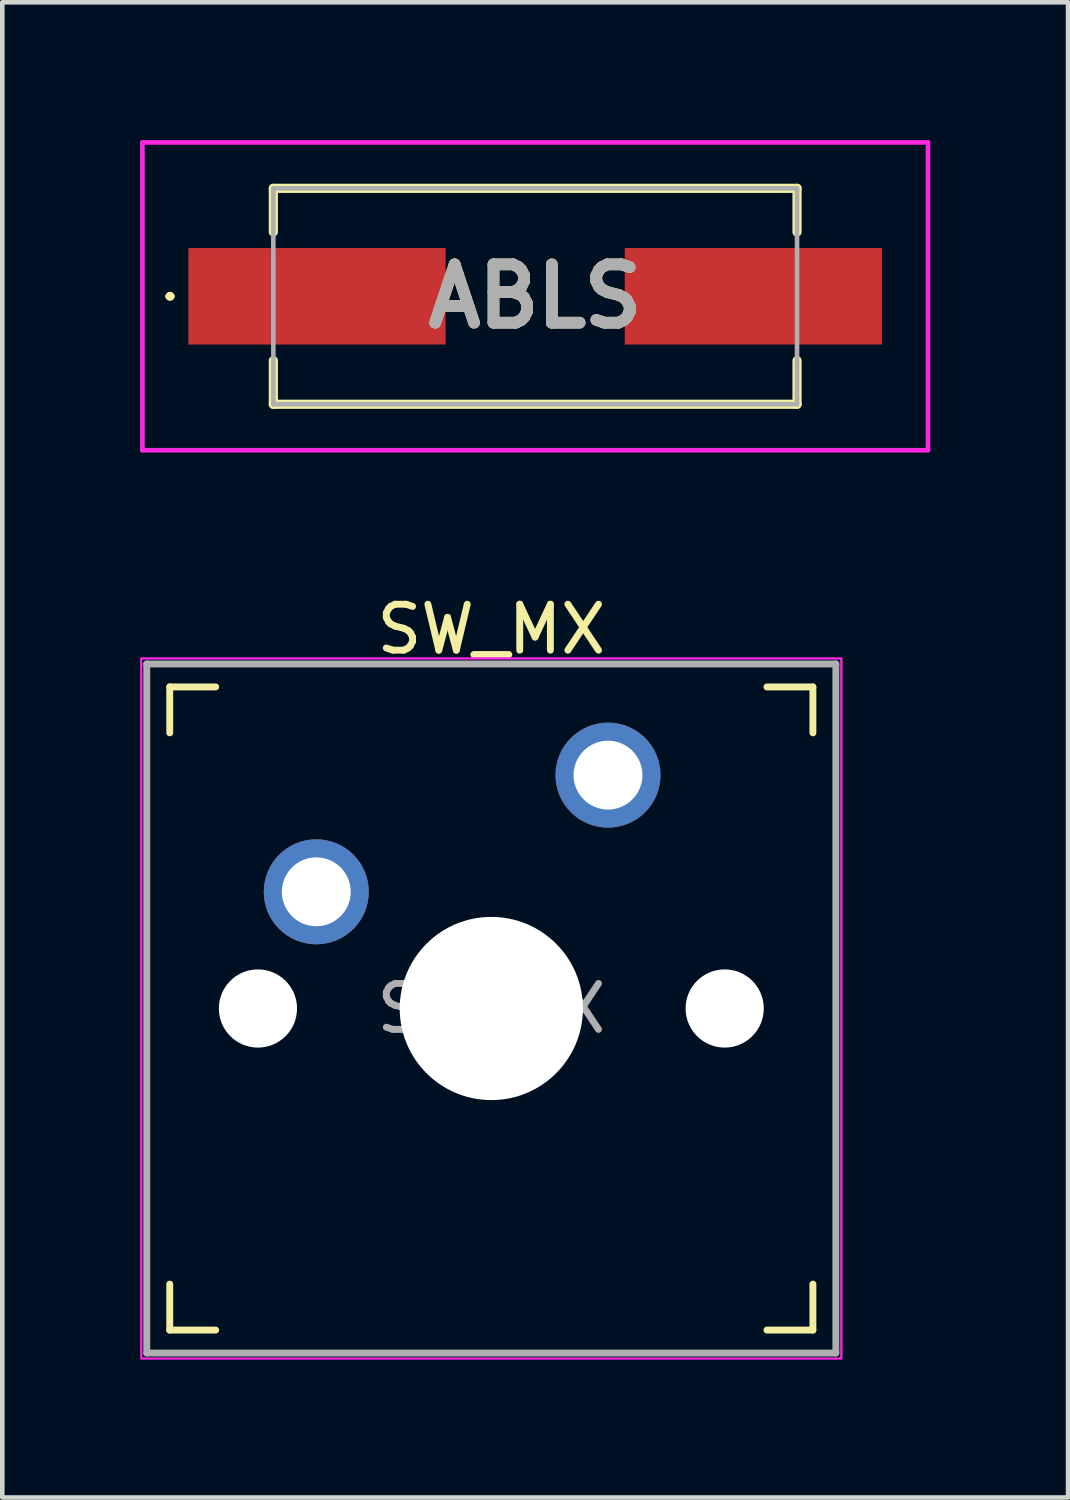
<source format=kicad_pcb>
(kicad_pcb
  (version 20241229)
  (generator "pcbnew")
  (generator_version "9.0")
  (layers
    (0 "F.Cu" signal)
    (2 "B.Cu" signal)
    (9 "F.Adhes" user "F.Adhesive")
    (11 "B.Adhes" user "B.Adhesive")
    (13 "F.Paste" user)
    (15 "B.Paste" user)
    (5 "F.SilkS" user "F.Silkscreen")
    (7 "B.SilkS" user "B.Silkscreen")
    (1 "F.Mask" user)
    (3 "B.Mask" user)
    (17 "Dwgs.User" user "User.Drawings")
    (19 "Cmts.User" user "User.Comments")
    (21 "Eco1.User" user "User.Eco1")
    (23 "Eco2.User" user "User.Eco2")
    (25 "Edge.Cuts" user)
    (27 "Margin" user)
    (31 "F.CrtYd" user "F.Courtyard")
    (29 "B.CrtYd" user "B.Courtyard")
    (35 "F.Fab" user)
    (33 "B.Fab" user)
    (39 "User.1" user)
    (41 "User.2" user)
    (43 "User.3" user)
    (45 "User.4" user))
  (footprint "SW_MX"
    (layer "F.Cu")
    (at 7.645 18.903)
    (property "Reference" "SW_MX" (at 0 -8.255 0) (layer "F.SilkS") (effects (font (size 1 1) (thickness 0.15))))
    (attr through_hole)
    (fp_line (start -7 -6) (end -7 -7) (stroke (width 0.15) (type solid)) (layer "F.SilkS"))
    (fp_line (start -7 7) (end -7 6) (stroke (width 0.15) (type solid)) (layer "F.SilkS"))
    (fp_line (start -7 7) (end -6 7) (stroke (width 0.15) (type solid)) (layer "F.SilkS"))
    (fp_line (start -6 -7) (end -7 -7) (stroke (width 0.15) (type solid)) (layer "F.SilkS"))
    (fp_line (start 6 7) (end 7 7) (stroke (width 0.15) (type solid)) (layer "F.SilkS"))
    (fp_line (start 7 -7) (end 6 -7) (stroke (width 0.15) (type solid)) (layer "F.SilkS"))
    (fp_line (start 7 -7) (end 7 -6) (stroke (width 0.15) (type solid)) (layer "F.SilkS"))
    (fp_line (start 7 6) (end 7 7) (stroke (width 0.15) (type solid)) (layer "F.SilkS"))
    (fp_line (start -6.9 6.9) (end -6.9 -6.9) (stroke (width 0.15) (type solid)) (layer "Eco2.User"))
    (fp_line (start -6.9 6.9) (end 6.9 6.9) (stroke (width 0.15) (type solid)) (layer "Eco2.User"))
    (fp_line (start 6.9 -6.9) (end -6.9 -6.9) (stroke (width 0.15) (type solid)) (layer "Eco2.User"))
    (fp_line (start 6.9 -6.9) (end 6.9 6.9) (stroke (width 0.15) (type solid)) (layer "Eco2.User"))
    (fp_rect (start -7.62 -7.62) (end 7.62 7.62) (stroke (width 0.05) (type default)) (fill no) (layer "F.CrtYd"))
    (fp_line (start -7.5 -7.5) (end 7.5 -7.5) (stroke (width 0.15) (type solid)) (layer "F.Fab"))
    (fp_line (start -7.5 7.5) (end -7.5 -7.5) (stroke (width 0.15) (type solid)) (layer "F.Fab"))
    (fp_line (start 7.5 -7.5) (end 7.5 7.5) (stroke (width 0.15) (type solid)) (layer "F.Fab"))
    (fp_line (start 7.5 7.5) (end -7.5 7.5) (stroke (width 0.15) (type solid)) (layer "F.Fab"))
    (fp_text user "${REFERENCE}" (at 0 0 0) (layer "F.Fab") (effects (font (size 1 1) (thickness 0.15))))
    (pad "" np_thru_hole circle (at -5.08 0) (size 1.702 1.702) (drill 1.702) (layers "*.Cu" "*.Mask"))
    (pad "" np_thru_hole circle (at 0 0) (size 3.988 3.988) (drill 3.988) (layers "*.Cu" "*.Mask"))
    (pad "" np_thru_hole circle (at 5.08 0) (size 1.702 1.702) (drill 1.702) (layers "*.Cu" "*.Mask"))
    (pad "1" thru_hole circle (at 2.54 -5.08) (size 2.286 2.286) (drill 1.499) (layers "*.Cu" "*.Mask"))
    (pad "2" thru_hole circle (at -3.81 -2.54) (size 2.286 2.286) (drill 1.499) (layers "*.Cu" "*.Mask")))
  (footprint "ABLS"
    (layer "F.Cu")
    (at 8.6 3.4)
    (property "Reference" "ABLS" (at 0 0 0) (layer "F.SilkS") (effects (font (size 1.27 1.27) (thickness 0.254))))
    (attr smd)
    (fp_line (start -8 0) (end -8 0) (stroke (width 0.1) (type solid)) (layer "F.SilkS"))
    (fp_line (start -7.9 0) (end -7.9 0) (stroke (width 0.1) (type solid)) (layer "F.SilkS"))
    (fp_line (start -5.7 -2.35) (end 5.7 -2.35) (stroke (width 0.2) (type solid)) (layer "F.SilkS"))
    (fp_line (start -5.7 -1.4) (end -5.7 -2.35) (stroke (width 0.2) (type solid)) (layer "F.SilkS"))
    (fp_line (start -5.7 2.35) (end -5.7 1.4) (stroke (width 0.2) (type solid)) (layer "F.SilkS"))
    (fp_line (start 5.7 -2.35) (end 5.7 -1.4) (stroke (width 0.2) (type solid)) (layer "F.SilkS"))
    (fp_line (start 5.7 1.4) (end 5.7 2.35) (stroke (width 0.2) (type solid)) (layer "F.SilkS"))
    (fp_line (start 5.7 2.35) (end -5.7 2.35) (stroke (width 0.2) (type solid)) (layer "F.SilkS"))
    (fp_arc (start -8 0) (mid -7.95 -0.05) (end -7.9 0) (stroke (width 0.1) (type solid)) (layer "F.SilkS"))
    (fp_arc (start -7.9 0) (mid -7.95 0.05) (end -8 0) (stroke (width 0.1) (type solid)) (layer "F.SilkS"))
    (fp_line (start -8.55 -3.35) (end 8.55 -3.35) (stroke (width 0.1) (type solid)) (layer "F.CrtYd"))
    (fp_line (start -8.55 3.35) (end -8.55 -3.35) (stroke (width 0.1) (type solid)) (layer "F.CrtYd"))
    (fp_line (start 8.55 -3.35) (end 8.55 3.35) (stroke (width 0.1) (type solid)) (layer "F.CrtYd"))
    (fp_line (start 8.55 3.35) (end -8.55 3.35) (stroke (width 0.1) (type solid)) (layer "F.CrtYd"))
    (fp_line (start -5.7 -2.35) (end 5.7 -2.35) (stroke (width 0.1) (type solid)) (layer "F.Fab"))
    (fp_line (start -5.7 2.35) (end -5.7 -2.35) (stroke (width 0.1) (type solid)) (layer "F.Fab"))
    (fp_line (start 5.7 -2.35) (end 5.7 2.35) (stroke (width 0.1) (type solid)) (layer "F.Fab"))
    (fp_line (start 5.7 2.35) (end -5.7 2.35) (stroke (width 0.1) (type solid)) (layer "F.Fab"))
    (fp_text user "${REFERENCE}" (at 0 0 0) (layer "F.Fab") (effects (font (size 1.27 1.27) (thickness 0.254))))
    (pad "1" smd rect (at -4.75 0 90) (size 2.1 5.6) (layers "F.Cu" "F.Mask" "F.Paste"))
    (pad "2" smd rect (at 4.75 0 90) (size 2.1 5.6) (layers "F.Cu" "F.Mask" "F.Paste")))
  (gr_rect
    (start -3 -3)
    (end 20.2 29.548)
    (stroke (width 0.1) (type default))
    (fill no)
    (layer "Edge.Cuts")))
</source>
